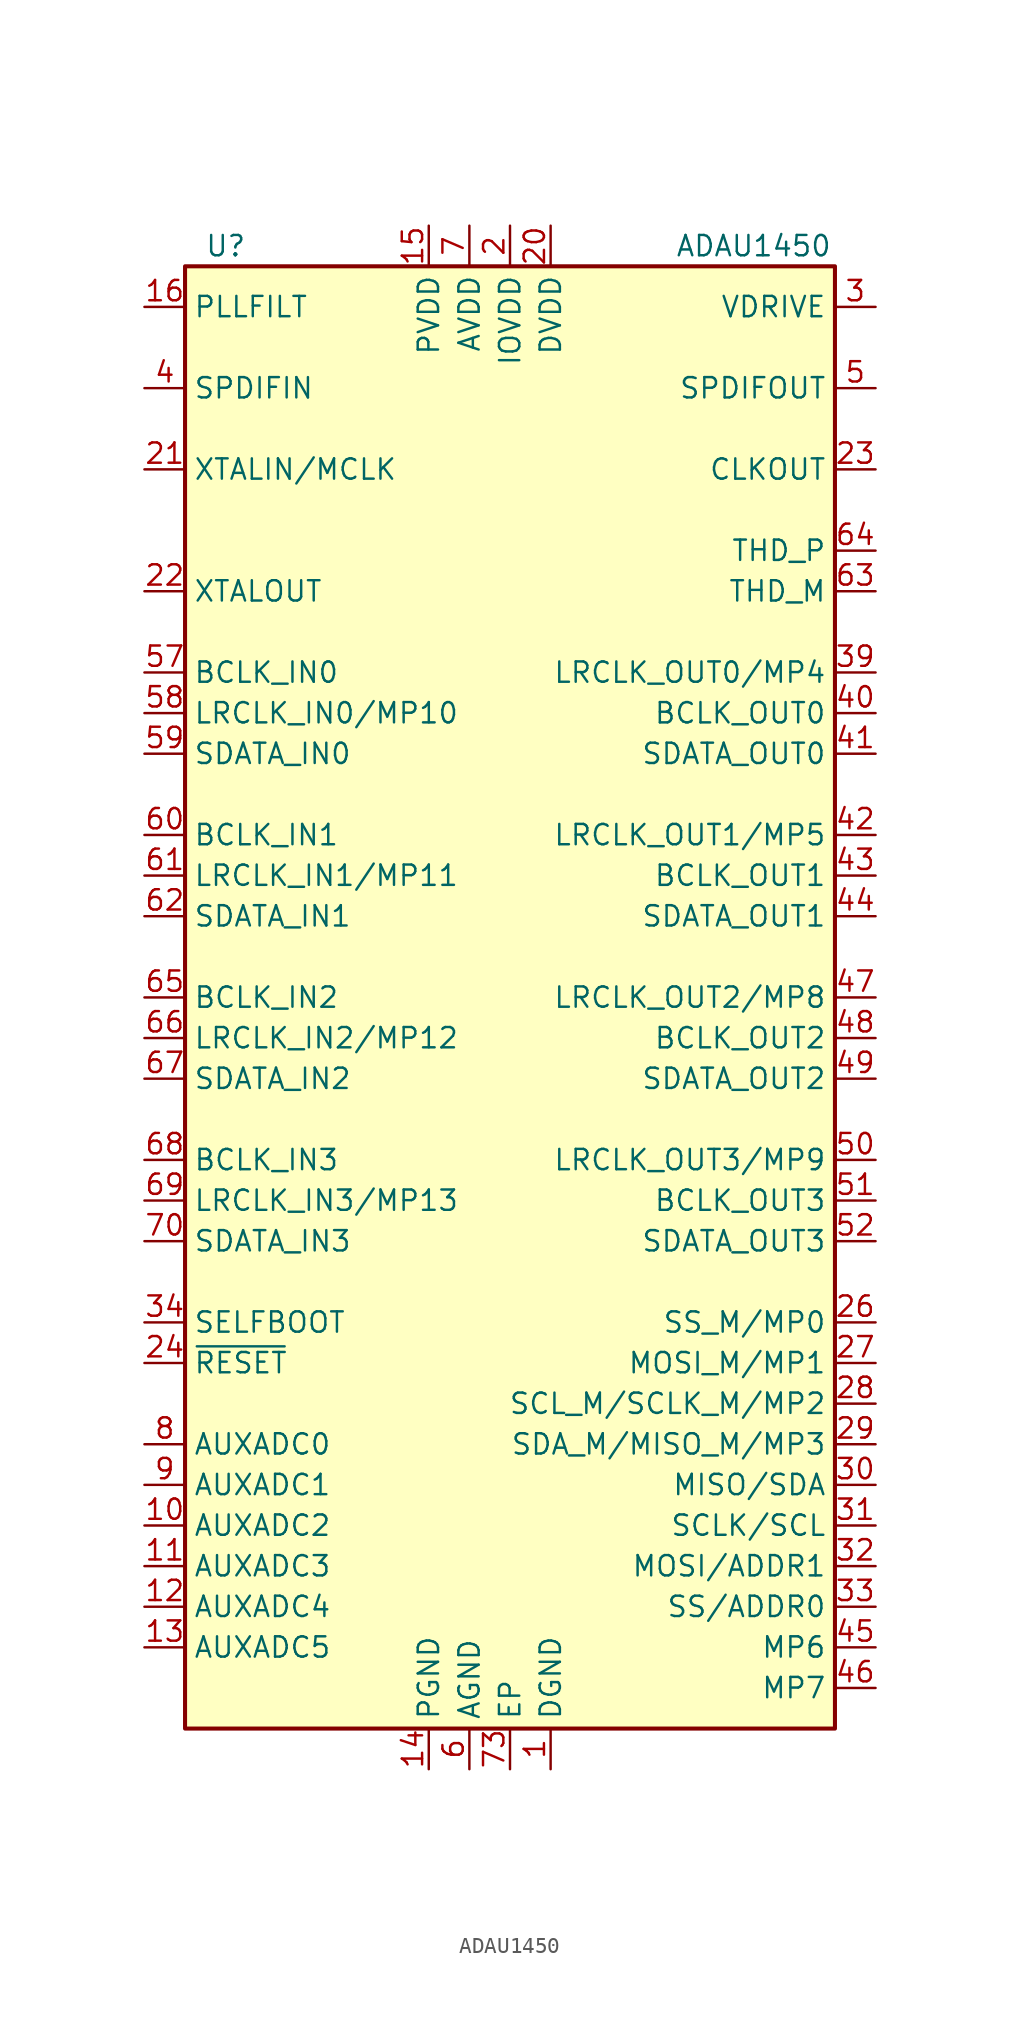
<source format=kicad_sym>
(kicad_symbol_lib
  (version 20211014)
  (generator kicad_symbol_editor)
  (symbol "ADAU1450"
    (property "Reference" "U"
      (at -17.78 46.99 0)
      (effects (font (size 1.27 1.27))))
    (property "Value" "ADAU1450"
      (at 15.24 46.99 0)
      (effects (font (size 1.27 1.27))))
    (symbol "ADAU1450_0_1"
      (rectangle (start -20.32 45.72) (end 20.32 -45.72) (stroke (width 0.254) (type default) (color 0 0 0 0)) (fill (type background))))
    (symbol "ADAU1450_1_1"
      (pin power_in line (at 2.54 -48.26 90) (length 2.54) (name "DGND" (effects (font (size 1.27 1.27)))) (number "1" (effects (font (size 1.27 1.27)))))
      (pin input line (at -22.86 -33.02 0) (length 2.54) (name "AUXADC2" (effects (font (size 1.27 1.27)))) (number "10" (effects (font (size 1.27 1.27)))))
      (pin input line (at -22.86 -35.56 0) (length 2.54) (name "AUXADC3" (effects (font (size 1.27 1.27)))) (number "11" (effects (font (size 1.27 1.27)))))
      (pin input line (at -22.86 -38.1 0) (length 2.54) (name "AUXADC4" (effects (font (size 1.27 1.27)))) (number "12" (effects (font (size 1.27 1.27)))))
      (pin input line (at -22.86 -40.64 0) (length 2.54) (name "AUXADC5" (effects (font (size 1.27 1.27)))) (number "13" (effects (font (size 1.27 1.27)))))
      (pin power_in line (at -5.08 -48.26 90) (length 2.54) (name "PGND" (effects (font (size 1.27 1.27)))) (number "14" (effects (font (size 1.27 1.27)))))
      (pin power_in line (at -5.08 48.26 270) (length 2.54) (name "PVDD" (effects (font (size 1.27 1.27)))) (number "15" (effects (font (size 1.27 1.27)))))
      (pin passive line (at -22.86 43.18 0) (length 2.54) (name "PLLFILT" (effects (font (size 1.27 1.27)))) (number "16" (effects (font (size 1.27 1.27)))))
      (pin passive line (at 2.54 -48.26 90) (length 2.54) hide (name "DGND" (effects (font (size 1.27 1.27)))) (number "17" (effects (font (size 1.27 1.27)))))
      (pin passive line (at 0 48.26 270) (length 2.54) hide (name "IOVDD" (effects (font (size 1.27 1.27)))) (number "18" (effects (font (size 1.27 1.27)))))
      (pin passive line (at 2.54 -48.26 90) (length 2.54) hide (name "DGND" (effects (font (size 1.27 1.27)))) (number "19" (effects (font (size 1.27 1.27)))))
      (pin power_in line (at 0 48.26 270) (length 2.54) (name "IOVDD" (effects (font (size 1.27 1.27)))) (number "2" (effects (font (size 1.27 1.27)))))
      (pin power_in line (at 2.54 48.26 270) (length 2.54) (name "DVDD" (effects (font (size 1.27 1.27)))) (number "20" (effects (font (size 1.27 1.27)))))
      (pin input line (at -22.86 33.02 0) (length 2.54) (name "XTALIN/MCLK" (effects (font (size 1.27 1.27)))) (number "21" (effects (font (size 1.27 1.27)))))
      (pin output line (at -22.86 25.4 0) (length 2.54) (name "XTALOUT" (effects (font (size 1.27 1.27)))) (number "22" (effects (font (size 1.27 1.27)))))
      (pin output line (at 22.86 33.02 180) (length 2.54) (name "CLKOUT" (effects (font (size 1.27 1.27)))) (number "23" (effects (font (size 1.27 1.27)))))
      (pin input line (at -22.86 -22.86 0) (length 2.54) (name "~{RESET}" (effects (font (size 1.27 1.27)))) (number "24" (effects (font (size 1.27 1.27)))))
      (pin passive line (at 2.54 -48.26 90) (length 2.54) hide (name "DGND" (effects (font (size 1.27 1.27)))) (number "25" (effects (font (size 1.27 1.27)))))
      (pin bidirectional line (at 22.86 -20.32 180) (length 2.54) (name "SS_M/MP0" (effects (font (size 1.27 1.27)))) (number "26" (effects (font (size 1.27 1.27)))))
      (pin bidirectional line (at 22.86 -22.86 180) (length 2.54) (name "MOSI_M/MP1" (effects (font (size 1.27 1.27)))) (number "27" (effects (font (size 1.27 1.27)))))
      (pin bidirectional line (at 22.86 -25.4 180) (length 2.54) (name "SCL_M/SCLK_M/MP2" (effects (font (size 1.27 1.27)))) (number "28" (effects (font (size 1.27 1.27)))))
      (pin bidirectional line (at 22.86 -27.94 180) (length 2.54) (name "SDA_M/MISO_M/MP3" (effects (font (size 1.27 1.27)))) (number "29" (effects (font (size 1.27 1.27)))))
      (pin output line (at 22.86 43.18 180) (length 2.54) (name "VDRIVE" (effects (font (size 1.27 1.27)))) (number "3" (effects (font (size 1.27 1.27)))))
      (pin bidirectional line (at 22.86 -30.48 180) (length 2.54) (name "MISO/SDA" (effects (font (size 1.27 1.27)))) (number "30" (effects (font (size 1.27 1.27)))))
      (pin input line (at 22.86 -33.02 180) (length 2.54) (name "SCLK/SCL" (effects (font (size 1.27 1.27)))) (number "31" (effects (font (size 1.27 1.27)))))
      (pin input line (at 22.86 -35.56 180) (length 2.54) (name "MOSI/ADDR1" (effects (font (size 1.27 1.27)))) (number "32" (effects (font (size 1.27 1.27)))))
      (pin input line (at 22.86 -38.1 180) (length 2.54) (name "SS/ADDR0" (effects (font (size 1.27 1.27)))) (number "33" (effects (font (size 1.27 1.27)))))
      (pin input line (at -22.86 -20.32 0) (length 2.54) (name "SELFBOOT" (effects (font (size 1.27 1.27)))) (number "34" (effects (font (size 1.27 1.27)))))
      (pin passive line (at 2.54 48.26 270) (length 2.54) hide (name "DVDD" (effects (font (size 1.27 1.27)))) (number "35" (effects (font (size 1.27 1.27)))))
      (pin passive line (at 2.54 -48.26 90) (length 2.54) hide (name "DGND" (effects (font (size 1.27 1.27)))) (number "36" (effects (font (size 1.27 1.27)))))
      (pin passive line (at 2.54 -48.26 90) (length 2.54) hide (name "DGND" (effects (font (size 1.27 1.27)))) (number "37" (effects (font (size 1.27 1.27)))))
      (pin passive line (at 0 48.26 270) (length 2.54) hide (name "IOVDD" (effects (font (size 1.27 1.27)))) (number "38" (effects (font (size 1.27 1.27)))))
      (pin bidirectional line (at 22.86 20.32 180) (length 2.54) (name "LRCLK_OUT0/MP4" (effects (font (size 1.27 1.27)))) (number "39" (effects (font (size 1.27 1.27)))))
      (pin input line (at -22.86 38.1 0) (length 2.54) (name "SPDIFIN" (effects (font (size 1.27 1.27)))) (number "4" (effects (font (size 1.27 1.27)))))
      (pin bidirectional line (at 22.86 17.78 180) (length 2.54) (name "BCLK_OUT0" (effects (font (size 1.27 1.27)))) (number "40" (effects (font (size 1.27 1.27)))))
      (pin output line (at 22.86 15.24 180) (length 2.54) (name "SDATA_OUT0" (effects (font (size 1.27 1.27)))) (number "41" (effects (font (size 1.27 1.27)))))
      (pin bidirectional line (at 22.86 10.16 180) (length 2.54) (name "LRCLK_OUT1/MP5" (effects (font (size 1.27 1.27)))) (number "42" (effects (font (size 1.27 1.27)))))
      (pin bidirectional line (at 22.86 7.62 180) (length 2.54) (name "BCLK_OUT1" (effects (font (size 1.27 1.27)))) (number "43" (effects (font (size 1.27 1.27)))))
      (pin output line (at 22.86 5.08 180) (length 2.54) (name "SDATA_OUT1" (effects (font (size 1.27 1.27)))) (number "44" (effects (font (size 1.27 1.27)))))
      (pin bidirectional line (at 22.86 -40.64 180) (length 2.54) (name "MP6" (effects (font (size 1.27 1.27)))) (number "45" (effects (font (size 1.27 1.27)))))
      (pin bidirectional line (at 22.86 -43.18 180) (length 2.54) (name "MP7" (effects (font (size 1.27 1.27)))) (number "46" (effects (font (size 1.27 1.27)))))
      (pin bidirectional line (at 22.86 0 180) (length 2.54) (name "LRCLK_OUT2/MP8" (effects (font (size 1.27 1.27)))) (number "47" (effects (font (size 1.27 1.27)))))
      (pin bidirectional line (at 22.86 -2.54 180) (length 2.54) (name "BCLK_OUT2" (effects (font (size 1.27 1.27)))) (number "48" (effects (font (size 1.27 1.27)))))
      (pin output line (at 22.86 -5.08 180) (length 2.54) (name "SDATA_OUT2" (effects (font (size 1.27 1.27)))) (number "49" (effects (font (size 1.27 1.27)))))
      (pin output line (at 22.86 38.1 180) (length 2.54) (name "SPDIFOUT" (effects (font (size 1.27 1.27)))) (number "5" (effects (font (size 1.27 1.27)))))
      (pin bidirectional line (at 22.86 -10.16 180) (length 2.54) (name "LRCLK_OUT3/MP9" (effects (font (size 1.27 1.27)))) (number "50" (effects (font (size 1.27 1.27)))))
      (pin bidirectional line (at 22.86 -12.7 180) (length 2.54) (name "BCLK_OUT3" (effects (font (size 1.27 1.27)))) (number "51" (effects (font (size 1.27 1.27)))))
      (pin output line (at 22.86 -15.24 180) (length 2.54) (name "SDATA_OUT3" (effects (font (size 1.27 1.27)))) (number "52" (effects (font (size 1.27 1.27)))))
      (pin passive line (at 2.54 48.26 270) (length 2.54) hide (name "DVDD" (effects (font (size 1.27 1.27)))) (number "53" (effects (font (size 1.27 1.27)))))
      (pin passive line (at 2.54 -48.26 90) (length 2.54) hide (name "DGND" (effects (font (size 1.27 1.27)))) (number "54" (effects (font (size 1.27 1.27)))))
      (pin passive line (at 2.54 -48.26 90) (length 2.54) hide (name "DGND" (effects (font (size 1.27 1.27)))) (number "55" (effects (font (size 1.27 1.27)))))
      (pin passive line (at 0 48.26 270) (length 2.54) hide (name "IOVDD" (effects (font (size 1.27 1.27)))) (number "56" (effects (font (size 1.27 1.27)))))
      (pin bidirectional line (at -22.86 20.32 0) (length 2.54) (name "BCLK_IN0" (effects (font (size 1.27 1.27)))) (number "57" (effects (font (size 1.27 1.27)))))
      (pin bidirectional line (at -22.86 17.78 0) (length 2.54) (name "LRCLK_IN0/MP10" (effects (font (size 1.27 1.27)))) (number "58" (effects (font (size 1.27 1.27)))))
      (pin input line (at -22.86 15.24 0) (length 2.54) (name "SDATA_IN0" (effects (font (size 1.27 1.27)))) (number "59" (effects (font (size 1.27 1.27)))))
      (pin power_in line (at -2.54 -48.26 90) (length 2.54) (name "AGND" (effects (font (size 1.27 1.27)))) (number "6" (effects (font (size 1.27 1.27)))))
      (pin bidirectional line (at -22.86 10.16 0) (length 2.54) (name "BCLK_IN1" (effects (font (size 1.27 1.27)))) (number "60" (effects (font (size 1.27 1.27)))))
      (pin bidirectional line (at -22.86 7.62 0) (length 2.54) (name "LRCLK_IN1/MP11" (effects (font (size 1.27 1.27)))) (number "61" (effects (font (size 1.27 1.27)))))
      (pin input line (at -22.86 5.08 0) (length 2.54) (name "SDATA_IN1" (effects (font (size 1.27 1.27)))) (number "62" (effects (font (size 1.27 1.27)))))
      (pin passive line (at 22.86 25.4 180) (length 2.54) (name "THD_M" (effects (font (size 1.27 1.27)))) (number "63" (effects (font (size 1.27 1.27)))))
      (pin passive line (at 22.86 27.94 180) (length 2.54) (name "THD_P" (effects (font (size 1.27 1.27)))) (number "64" (effects (font (size 1.27 1.27)))))
      (pin bidirectional line (at -22.86 0 0) (length 2.54) (name "BCLK_IN2" (effects (font (size 1.27 1.27)))) (number "65" (effects (font (size 1.27 1.27)))))
      (pin bidirectional line (at -22.86 -2.54 0) (length 2.54) (name "LRCLK_IN2/MP12" (effects (font (size 1.27 1.27)))) (number "66" (effects (font (size 1.27 1.27)))))
      (pin input line (at -22.86 -5.08 0) (length 2.54) (name "SDATA_IN2" (effects (font (size 1.27 1.27)))) (number "67" (effects (font (size 1.27 1.27)))))
      (pin bidirectional line (at -22.86 -10.16 0) (length 2.54) (name "BCLK_IN3" (effects (font (size 1.27 1.27)))) (number "68" (effects (font (size 1.27 1.27)))))
      (pin bidirectional line (at -22.86 -12.7 0) (length 2.54) (name "LRCLK_IN3/MP13" (effects (font (size 1.27 1.27)))) (number "69" (effects (font (size 1.27 1.27)))))
      (pin power_in line (at -2.54 48.26 270) (length 2.54) (name "AVDD" (effects (font (size 1.27 1.27)))) (number "7" (effects (font (size 1.27 1.27)))))
      (pin input line (at -22.86 -15.24 0) (length 2.54) (name "SDATA_IN3" (effects (font (size 1.27 1.27)))) (number "70" (effects (font (size 1.27 1.27)))))
      (pin passive line (at 2.54 48.26 270) (length 2.54) hide (name "DVDD" (effects (font (size 1.27 1.27)))) (number "71" (effects (font (size 1.27 1.27)))))
      (pin passive line (at 2.54 -48.26 90) (length 2.54) hide (name "DGND" (effects (font (size 1.27 1.27)))) (number "72" (effects (font (size 1.27 1.27)))))
      (pin power_in line (at 0 -48.26 90) (length 2.54) (name "EP" (effects (font (size 1.27 1.27)))) (number "73" (effects (font (size 1.27 1.27)))))
      (pin input line (at -22.86 -27.94 0) (length 2.54) (name "AUXADC0" (effects (font (size 1.27 1.27)))) (number "8" (effects (font (size 1.27 1.27)))))
      (pin input line (at -22.86 -30.48 0) (length 2.54) (name "AUXADC1" (effects (font (size 1.27 1.27)))) (number "9" (effects (font (size 1.27 1.27))))))))
</source>
